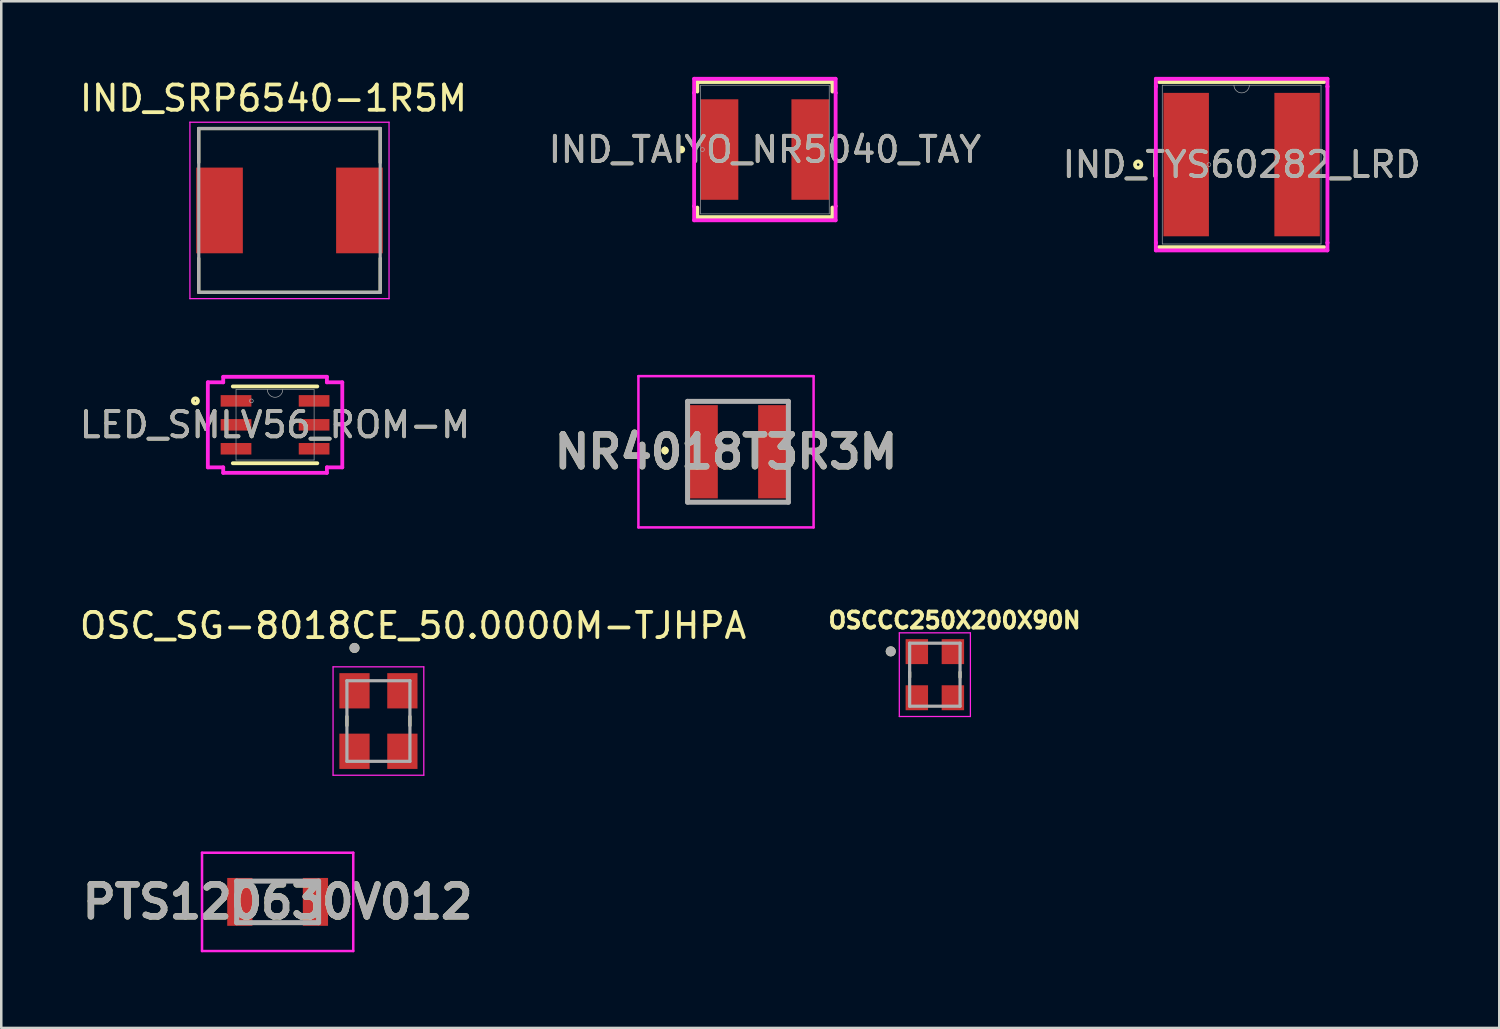
<source format=kicad_pcb>
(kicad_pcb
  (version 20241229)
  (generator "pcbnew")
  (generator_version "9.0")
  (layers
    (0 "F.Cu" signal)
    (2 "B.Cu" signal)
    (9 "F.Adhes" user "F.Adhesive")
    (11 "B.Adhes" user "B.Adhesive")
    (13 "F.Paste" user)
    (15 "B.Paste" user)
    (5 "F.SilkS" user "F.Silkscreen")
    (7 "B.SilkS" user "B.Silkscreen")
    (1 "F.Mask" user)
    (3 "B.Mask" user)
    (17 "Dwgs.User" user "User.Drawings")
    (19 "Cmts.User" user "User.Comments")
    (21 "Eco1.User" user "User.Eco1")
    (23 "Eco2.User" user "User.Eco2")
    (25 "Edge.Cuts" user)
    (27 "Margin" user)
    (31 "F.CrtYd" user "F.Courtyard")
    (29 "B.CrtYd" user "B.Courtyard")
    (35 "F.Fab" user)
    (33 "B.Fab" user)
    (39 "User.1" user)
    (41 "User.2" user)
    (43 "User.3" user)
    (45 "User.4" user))
  (footprint "OSC_SG-8018CE_50.0000M-TJHPA"
    (layer "F.Cu")
    (at 11.964 25.557)
    (property "Reference" "OSC_SG-8018CE_50.0000M-TJHPA" (at 1.375 -3.785 0) (layer "F.SilkS") (effects (font (size 1 1) (thickness 0.15))))
    (attr smd)
    (fp_line (start -1.25 -0.18) (end -1.25 0.18) (stroke (width 0.127) (type solid)) (layer "F.SilkS"))
    (fp_line (start 1.25 0.18) (end 1.25 -0.18) (stroke (width 0.127) (type solid)) (layer "F.SilkS"))
    (fp_circle (center -0.95 -2.9) (end -0.85 -2.9) (stroke (width 0.2) (type solid)) (fill no) (layer "F.SilkS"))
    (fp_line (start -1.8 -2.15) (end -1.8 2.15) (stroke (width 0.05) (type solid)) (layer "F.CrtYd"))
    (fp_line (start -1.8 2.15) (end 1.8 2.15) (stroke (width 0.05) (type solid)) (layer "F.CrtYd"))
    (fp_line (start 1.8 -2.15) (end -1.8 -2.15) (stroke (width 0.05) (type solid)) (layer "F.CrtYd"))
    (fp_line (start 1.8 2.15) (end 1.8 -2.15) (stroke (width 0.05) (type solid)) (layer "F.CrtYd"))
    (fp_line (start -1.25 -1.6) (end 1.25 -1.6) (stroke (width 0.127) (type solid)) (layer "F.Fab"))
    (fp_line (start -1.25 1.6) (end -1.25 -1.6) (stroke (width 0.127) (type solid)) (layer "F.Fab"))
    (fp_line (start 1.25 -1.6) (end 1.25 1.6) (stroke (width 0.127) (type solid)) (layer "F.Fab"))
    (fp_line (start 1.25 1.6) (end -1.25 1.6) (stroke (width 0.127) (type solid)) (layer "F.Fab"))
    (fp_circle (center -0.95 -2.9) (end -0.85 -2.9) (stroke (width 0.2) (type solid)) (fill no) (layer "F.Fab"))
    (pad "1" smd rect (at -0.95 -1.2) (size 1.2 1.4) (layers "F.Cu" "F.Mask" "F.Paste"))
    (pad "2" smd rect (at -0.95 1.2) (size 1.2 1.4) (layers "F.Cu" "F.Mask" "F.Paste"))
    (pad "3" smd rect (at 0.95 1.2) (size 1.2 1.4) (layers "F.Cu" "F.Mask" "F.Paste"))
    (pad "4" smd rect (at 0.95 -1.2) (size 1.2 1.4) (layers "F.Cu" "F.Mask" "F.Paste")))
  (footprint "IND_SRP6540-1R5M"
    (layer "F.Cu")
    (at 8.435 5.299)
    (property "Reference" "IND_SRP6540-1R5M" (at -0.636 -4.45 0) (layer "F.SilkS") (effects (font (size 1.001 1.001) (thickness 0.15))))
    (attr smd)
    (fp_line (start -3.6 -3.25) (end 3.6 -3.25) (stroke (width 0.127) (type solid)) (layer "F.SilkS"))
    (fp_line (start -3.6 -1.9) (end -3.6 -3.25) (stroke (width 0.127) (type solid)) (layer "F.SilkS"))
    (fp_line (start -3.6 3.25) (end -3.6 1.9) (stroke (width 0.127) (type solid)) (layer "F.SilkS"))
    (fp_line (start 3.6 -3.25) (end 3.6 -1.9) (stroke (width 0.127) (type solid)) (layer "F.SilkS"))
    (fp_line (start 3.6 1.9) (end 3.6 3.25) (stroke (width 0.127) (type solid)) (layer "F.SilkS"))
    (fp_line (start 3.6 3.25) (end -3.6 3.25) (stroke (width 0.127) (type solid)) (layer "F.SilkS"))
    (fp_line (start -3.95 -3.5) (end 3.95 -3.5) (stroke (width 0.05) (type solid)) (layer "F.CrtYd"))
    (fp_line (start -3.95 3.5) (end -3.95 -3.5) (stroke (width 0.05) (type solid)) (layer "F.CrtYd"))
    (fp_line (start 3.95 -3.5) (end 3.95 3.5) (stroke (width 0.05) (type solid)) (layer "F.CrtYd"))
    (fp_line (start 3.95 3.5) (end -3.95 3.5) (stroke (width 0.05) (type solid)) (layer "F.CrtYd"))
    (fp_line (start -3.6 -3.25) (end 3.6 -3.25) (stroke (width 0.127) (type solid)) (layer "F.Fab"))
    (fp_line (start -3.6 3.25) (end -3.6 -3.25) (stroke (width 0.127) (type solid)) (layer "F.Fab"))
    (fp_line (start 3.6 -3.25) (end 3.6 3.25) (stroke (width 0.127) (type solid)) (layer "F.Fab"))
    (fp_line (start 3.6 3.25) (end -3.6 3.25) (stroke (width 0.127) (type solid)) (layer "F.Fab"))
    (pad "1" smd rect (at -2.775 0) (size 1.85 3.4) (layers "F.Cu" "F.Mask" "F.Paste"))
    (pad "2" smd rect (at 2.775 0) (size 1.85 3.4) (layers "F.Cu" "F.Mask" "F.Paste")))
  (footprint "LED_SMLV56_ROM-M"
    (layer "F.Cu")
    (at 7.863 13.805)
    (property "Reference" "LED_SMLV56_ROM-M" (at 0 0 0) (unlocked yes) (layer "F.SilkS") (effects (font (size 1 1) (thickness 0.15))))
    (attr smd)
    (fp_line (start -1.676 1.524) (end 1.676 1.524) (stroke (width 0.152) (type solid)) (layer "F.SilkS"))
    (fp_line (start 1.676 -1.524) (end -1.676 -1.524) (stroke (width 0.152) (type solid)) (layer "F.SilkS"))
    (fp_circle (center -3.16 -0.95) (end -3.058 -0.95) (stroke (width 0.152) (type solid)) (fill no) (layer "F.SilkS"))
    (fp_line (start -2.667 -1.687) (end -2.057 -1.687) (stroke (width 0.152) (type solid)) (layer "F.CrtYd"))
    (fp_line (start -2.667 1.687) (end -2.667 -1.687) (stroke (width 0.152) (type solid)) (layer "F.CrtYd"))
    (fp_line (start -2.667 1.687) (end -2.057 1.687) (stroke (width 0.152) (type solid)) (layer "F.CrtYd"))
    (fp_line (start -2.057 -1.905) (end 2.057 -1.905) (stroke (width 0.152) (type solid)) (layer "F.CrtYd"))
    (fp_line (start -2.057 -1.687) (end -2.057 -1.905) (stroke (width 0.152) (type solid)) (layer "F.CrtYd"))
    (fp_line (start -2.057 1.905) (end -2.057 1.687) (stroke (width 0.152) (type solid)) (layer "F.CrtYd"))
    (fp_line (start 2.057 -1.905) (end 2.057 -1.687) (stroke (width 0.152) (type solid)) (layer "F.CrtYd"))
    (fp_line (start 2.057 1.687) (end 2.057 1.905) (stroke (width 0.152) (type solid)) (layer "F.CrtYd"))
    (fp_line (start 2.057 1.905) (end -2.057 1.905) (stroke (width 0.152) (type solid)) (layer "F.CrtYd"))
    (fp_line (start 2.667 -1.687) (end 2.057 -1.687) (stroke (width 0.152) (type solid)) (layer "F.CrtYd"))
    (fp_line (start 2.667 -1.687) (end 2.667 1.687) (stroke (width 0.152) (type solid)) (layer "F.CrtYd"))
    (fp_line (start 2.667 1.687) (end 2.057 1.687) (stroke (width 0.152) (type solid)) (layer "F.CrtYd"))
    (fp_line (start -1.549 -1.397) (end -1.549 1.397) (stroke (width 0.025) (type solid)) (layer "F.Fab"))
    (fp_line (start -1.549 1.397) (end 1.549 1.397) (stroke (width 0.025) (type solid)) (layer "F.Fab"))
    (fp_line (start 1.549 -1.397) (end -1.549 -1.397) (stroke (width 0.025) (type solid)) (layer "F.Fab"))
    (fp_line (start 1.549 1.397) (end 1.549 -1.397) (stroke (width 0.025) (type solid)) (layer "F.Fab"))
    (fp_arc (start 0.3048 -1.397) (mid 0 -1.0922) (end -0.3048 -1.397) (stroke (width 0.0254) (type solid)) (layer "F.Fab"))
    (fp_circle (center -0.94 -0.95) (end -0.864 -0.95) (stroke (width 0.025) (type solid)) (fill no) (layer "F.Fab"))
    (fp_text user "${REFERENCE}" (at 0 0 0) (unlocked yes) (layer "F.Fab") (effects (font (size 1 1) (thickness 0.15))))
    (pad "1" smd rect (at -1.549 -0.95) (size 1.219 0.457) (layers "F.Cu" "F.Mask" "F.Paste"))
    (pad "2" smd rect (at -1.549 0) (size 1.219 0.457) (layers "F.Cu" "F.Mask" "F.Paste"))
    (pad "3" smd rect (at -1.549 0.95) (size 1.219 0.457) (layers "F.Cu" "F.Mask" "F.Paste"))
    (pad "4" smd rect (at 1.549 0.95) (size 1.219 0.457) (layers "F.Cu" "F.Mask" "F.Paste"))
    (pad "5" smd rect (at 1.549 0) (size 1.219 0.457) (layers "F.Cu" "F.Mask" "F.Paste"))
    (pad "6" smd rect (at 1.549 -0.95) (size 1.219 0.457) (layers "F.Cu" "F.Mask" "F.Paste")))
  (footprint "OSCCC250X200X90N"
    (layer "F.Cu")
    (at 34.04 23.718)
    (property "Reference" "OSCCC250X200X90N" (at 0.782 -2.156 0) (layer "F.SilkS") (effects (font (size 0.64 0.64) (thickness 0.15))))
    (attr smd)
    (fp_line (start -1 -0.1) (end -1 0.1) (stroke (width 0.127) (type solid)) (layer "F.SilkS"))
    (fp_line (start 1 -0.1) (end 1 0.1) (stroke (width 0.127) (type solid)) (layer "F.SilkS"))
    (fp_circle (center -1.75 -0.925) (end -1.65 -0.925) (stroke (width 0.2) (type solid)) (fill no) (layer "F.SilkS"))
    (fp_line (start -1.41 -1.66) (end 1.41 -1.66) (stroke (width 0.05) (type solid)) (layer "F.CrtYd"))
    (fp_line (start -1.41 1.66) (end -1.41 -1.66) (stroke (width 0.05) (type solid)) (layer "F.CrtYd"))
    (fp_line (start 1.41 -1.66) (end 1.41 1.66) (stroke (width 0.05) (type solid)) (layer "F.CrtYd"))
    (fp_line (start 1.41 1.66) (end -1.41 1.66) (stroke (width 0.05) (type solid)) (layer "F.CrtYd"))
    (fp_line (start -1 -1.25) (end 1 -1.25) (stroke (width 0.127) (type solid)) (layer "F.Fab"))
    (fp_line (start -1 1.25) (end -1 -1.25) (stroke (width 0.127) (type solid)) (layer "F.Fab"))
    (fp_line (start 1 -1.25) (end 1 1.25) (stroke (width 0.127) (type solid)) (layer "F.Fab"))
    (fp_line (start 1 1.25) (end -1 1.25) (stroke (width 0.127) (type solid)) (layer "F.Fab"))
    (fp_circle (center -1.75 -0.925) (end -1.65 -0.925) (stroke (width 0.2) (type solid)) (fill no) (layer "F.Fab"))
    (pad "1" smd rect (at -0.715 -0.915) (size 0.89 0.99) (layers "F.Cu" "F.Mask" "F.Paste"))
    (pad "2" smd rect (at -0.715 0.915) (size 0.89 0.99) (layers "F.Cu" "F.Mask" "F.Paste"))
    (pad "3" smd rect (at 0.715 0.915) (size 0.89 0.99) (layers "F.Cu" "F.Mask" "F.Paste"))
    (pad "4" smd rect (at 0.715 -0.915) (size 0.89 0.99) (layers "F.Cu" "F.Mask" "F.Paste")))
  (footprint "PTS120630V012"
    (layer "F.Cu")
    (at 7.965 32.732)
    (property "Reference" "PTS120630V012" (at 0 0 0) (layer "F.SilkS") (effects (font (size 1.27 1.27) (thickness 0.254))))
    (attr smd)
    (fp_line (start -0.8 -0.825) (end 0.8 -0.825) (stroke (width 0.1) (type solid)) (layer "F.SilkS"))
    (fp_line (start -0.8 0.825) (end 0.8 0.825) (stroke (width 0.1) (type solid)) (layer "F.SilkS"))
    (fp_line (start -3 -1.95) (end 3 -1.95) (stroke (width 0.1) (type solid)) (layer "F.CrtYd"))
    (fp_line (start -3 1.95) (end -3 -1.95) (stroke (width 0.1) (type solid)) (layer "F.CrtYd"))
    (fp_line (start 3 -1.95) (end 3 1.95) (stroke (width 0.1) (type solid)) (layer "F.CrtYd"))
    (fp_line (start 3 1.95) (end -3 1.95) (stroke (width 0.1) (type solid)) (layer "F.CrtYd"))
    (fp_line (start -1.625 -0.825) (end 1.625 -0.825) (stroke (width 0.2) (type solid)) (layer "F.Fab"))
    (fp_line (start -1.625 0.825) (end -1.625 -0.825) (stroke (width 0.2) (type solid)) (layer "F.Fab"))
    (fp_line (start 1.625 -0.825) (end 1.625 0.825) (stroke (width 0.2) (type solid)) (layer "F.Fab"))
    (fp_line (start 1.625 0.825) (end -1.625 0.825) (stroke (width 0.2) (type solid)) (layer "F.Fab"))
    (fp_text user "${REFERENCE}" (at 0 0 0) (layer "F.Fab") (effects (font (size 1.27 1.27) (thickness 0.254))))
    (pad "1" smd rect (at -1.5 0) (size 1 1.9) (layers "F.Cu" "F.Mask" "F.Paste"))
    (pad "2" smd rect (at 1.5 0) (size 1 1.9) (layers "F.Cu" "F.Mask" "F.Paste")))
  (footprint "IND_TAIYO_NR5040_TAY"
    (layer "F.Cu")
    (at 27.296 2.883)
    (property "Reference" "IND_TAIYO_NR5040_TAY" (at 0 0 0) (unlocked yes) (layer "F.SilkS") (effects (font (size 1 1) (thickness 0.15))))
    (attr smd)
    (fp_line (start -2.68 -2.68) (end -2.68 -2.301) (stroke (width 0.152) (type solid)) (layer "F.SilkS"))
    (fp_line (start -2.68 2.301) (end -2.68 2.68) (stroke (width 0.152) (type solid)) (layer "F.SilkS"))
    (fp_line (start -2.68 2.68) (end 2.68 2.68) (stroke (width 0.152) (type solid)) (layer "F.SilkS"))
    (fp_line (start 2.68 -2.68) (end -2.68 -2.68) (stroke (width 0.152) (type solid)) (layer "F.SilkS"))
    (fp_line (start 2.68 -2.301) (end 2.68 -2.68) (stroke (width 0.152) (type solid)) (layer "F.SilkS"))
    (fp_line (start 2.68 2.68) (end 2.68 2.301) (stroke (width 0.152) (type solid)) (layer "F.SilkS"))
    (fp_circle (center -3.315 0) (end -3.239 0) (stroke (width 0.152) (type solid)) (fill no) (layer "F.SilkS"))
    (fp_line (start -2.807 -2.807) (end 2.807 -2.807) (stroke (width 0.152) (type solid)) (layer "F.CrtYd"))
    (fp_line (start -2.807 -2.248) (end -2.807 -2.807) (stroke (width 0.152) (type solid)) (layer "F.CrtYd"))
    (fp_line (start -2.807 -2.248) (end -2.807 -2.248) (stroke (width 0.152) (type solid)) (layer "F.CrtYd"))
    (fp_line (start -2.807 2.248) (end -2.807 -2.248) (stroke (width 0.152) (type solid)) (layer "F.CrtYd"))
    (fp_line (start -2.807 2.248) (end -2.807 2.248) (stroke (width 0.152) (type solid)) (layer "F.CrtYd"))
    (fp_line (start -2.807 2.807) (end -2.807 2.248) (stroke (width 0.152) (type solid)) (layer "F.CrtYd"))
    (fp_line (start 2.807 -2.807) (end 2.807 -2.248) (stroke (width 0.152) (type solid)) (layer "F.CrtYd"))
    (fp_line (start 2.807 -2.248) (end 2.807 -2.248) (stroke (width 0.152) (type solid)) (layer "F.CrtYd"))
    (fp_line (start 2.807 -2.248) (end 2.807 2.248) (stroke (width 0.152) (type solid)) (layer "F.CrtYd"))
    (fp_line (start 2.807 2.248) (end 2.807 2.248) (stroke (width 0.152) (type solid)) (layer "F.CrtYd"))
    (fp_line (start 2.807 2.248) (end 2.807 2.807) (stroke (width 0.152) (type solid)) (layer "F.CrtYd"))
    (fp_line (start 2.807 2.807) (end -2.807 2.807) (stroke (width 0.152) (type solid)) (layer "F.CrtYd"))
    (fp_line (start -2.553 -2.553) (end -2.553 2.553) (stroke (width 0.025) (type solid)) (layer "F.Fab"))
    (fp_line (start -2.553 2.553) (end 2.553 2.553) (stroke (width 0.025) (type solid)) (layer "F.Fab"))
    (fp_line (start 2.553 -2.553) (end -2.553 -2.553) (stroke (width 0.025) (type solid)) (layer "F.Fab"))
    (fp_line (start 2.553 2.553) (end 2.553 -2.553) (stroke (width 0.025) (type solid)) (layer "F.Fab"))
    (fp_circle (center -2.477 0) (end -2.4 0) (stroke (width 0.025) (type solid)) (fill no) (layer "F.Fab"))
    (fp_text user "${REFERENCE}" (at 0 0 0) (unlocked yes) (layer "F.Fab") (effects (font (size 1 1) (thickness 0.15))))
    (pad "1" smd rect (at -1.803 0) (size 1.499 3.988) (layers "F.Cu" "F.Mask" "F.Paste"))
    (pad "2" smd rect (at 1.803 0) (size 1.499 3.988) (layers "F.Cu" "F.Mask" "F.Paste"))
    (zone (net_name "") (layer "F.Cu") (hatch full 0.508) (connect_pads) (min_thickness 0.254) (filled_areas_thickness no) (keepout (tracks not_allowed) (vias not_allowed) (pads allowed) (copperpour not_allowed) (footprints allowed)) (placement (enabled no)) (fill) (polygon (pts (xy 26.292 0.381) (xy 28.299 0.381) (xy 28.299 5.385) (xy 26.292 5.385)))))
  (footprint "IND_TYS60282_LRD"
    (layer "F.Cu")
    (at 46.212 3.48)
    (property "Reference" "IND_TYS60282_LRD" (at 0 0 0) (unlocked yes) (layer "F.SilkS") (effects (font (size 1 1) (thickness 0.15))))
    (attr smd)
    (fp_line (start -3.277 3.277) (end 3.277 3.277) (stroke (width 0.152) (type solid)) (layer "F.SilkS"))
    (fp_line (start 3.277 -3.277) (end -3.277 -3.277) (stroke (width 0.152) (type solid)) (layer "F.SilkS"))
    (fp_circle (center -4.105 0) (end -3.978 0) (stroke (width 0.152) (type solid)) (fill no) (layer "F.SilkS"))
    (fp_line (start -3.404 -3.404) (end 3.404 -3.404) (stroke (width 0.152) (type solid)) (layer "F.CrtYd"))
    (fp_line (start -3.404 -3.099) (end -3.404 -3.404) (stroke (width 0.152) (type solid)) (layer "F.CrtYd"))
    (fp_line (start -3.404 -3.099) (end -3.404 -3.099) (stroke (width 0.152) (type solid)) (layer "F.CrtYd"))
    (fp_line (start -3.404 3.099) (end -3.404 -3.099) (stroke (width 0.152) (type solid)) (layer "F.CrtYd"))
    (fp_line (start -3.404 3.099) (end -3.404 3.099) (stroke (width 0.152) (type solid)) (layer "F.CrtYd"))
    (fp_line (start -3.404 3.404) (end -3.404 3.099) (stroke (width 0.152) (type solid)) (layer "F.CrtYd"))
    (fp_line (start 3.404 -3.404) (end 3.404 -3.099) (stroke (width 0.152) (type solid)) (layer "F.CrtYd"))
    (fp_line (start 3.404 -3.099) (end 3.404 -3.099) (stroke (width 0.152) (type solid)) (layer "F.CrtYd"))
    (fp_line (start 3.404 -3.099) (end 3.404 3.099) (stroke (width 0.152) (type solid)) (layer "F.CrtYd"))
    (fp_line (start 3.404 3.099) (end 3.404 3.099) (stroke (width 0.152) (type solid)) (layer "F.CrtYd"))
    (fp_line (start 3.404 3.099) (end 3.404 3.404) (stroke (width 0.152) (type solid)) (layer "F.CrtYd"))
    (fp_line (start 3.404 3.404) (end -3.404 3.404) (stroke (width 0.152) (type solid)) (layer "F.CrtYd"))
    (fp_line (start -3.15 -3.15) (end -3.15 3.15) (stroke (width 0.025) (type solid)) (layer "F.Fab"))
    (fp_line (start -3.15 3.15) (end 3.15 3.15) (stroke (width 0.025) (type solid)) (layer "F.Fab"))
    (fp_line (start 3.15 -3.15) (end -3.15 -3.15) (stroke (width 0.025) (type solid)) (layer "F.Fab"))
    (fp_line (start 3.15 3.15) (end 3.15 -3.15) (stroke (width 0.025) (type solid)) (layer "F.Fab"))
    (fp_arc (start 0.3048 -3.1496) (mid 0 -2.8448) (end -0.3048 -3.1496) (stroke (width 0.0254) (type solid)) (layer "F.Fab"))
    (fp_circle (center -1.298 0) (end -1.222 0) (stroke (width 0.025) (type solid)) (fill no) (layer "F.Fab"))
    (fp_text user "${REFERENCE}" (at 0 0 0) (unlocked yes) (layer "F.Fab") (effects (font (size 1 1) (thickness 0.15))))
    (pad "1" smd rect (at -2.2 0) (size 1.803 5.69) (layers "F.Cu" "F.Mask" "F.Paste"))
    (pad "2" smd rect (at 2.2 0) (size 1.803 5.69) (layers "F.Cu" "F.Mask" "F.Paste")))
  (footprint "NR4018T3R3M"
    (layer "F.Cu")
    (at 26.229 14.874)
    (property "Reference" "NR4018T3R3M" (at -0.475 0 0) (layer "F.SilkS") (effects (font (size 1.27 1.27) (thickness 0.254))))
    (attr smd)
    (fp_line (start -2.9 -0.1) (end -2.9 -0.1) (stroke (width 0.2) (type solid)) (layer "F.SilkS"))
    (fp_line (start -2.9 0) (end -2.9 0) (stroke (width 0.2) (type solid)) (layer "F.SilkS"))
    (fp_line (start -2.9 0) (end -2.9 0) (stroke (width 0.2) (type solid)) (layer "F.SilkS"))
    (fp_line (start -0.5 -2) (end -0.5 -2) (stroke (width 0.1) (type solid)) (layer "F.SilkS"))
    (fp_line (start -0.5 -2) (end 0.5 -2) (stroke (width 0.1) (type solid)) (layer "F.SilkS"))
    (fp_line (start -0.5 2) (end -0.5 2) (stroke (width 0.1) (type solid)) (layer "F.SilkS"))
    (fp_line (start -0.5 2) (end 0.5 2) (stroke (width 0.1) (type solid)) (layer "F.SilkS"))
    (fp_line (start 0.5 -2) (end -0.5 -2) (stroke (width 0.1) (type solid)) (layer "F.SilkS"))
    (fp_line (start 0.5 -2) (end 0.5 -2) (stroke (width 0.1) (type solid)) (layer "F.SilkS"))
    (fp_line (start 0.5 2) (end -0.5 2) (stroke (width 0.1) (type solid)) (layer "F.SilkS"))
    (fp_line (start 0.5 2) (end 0.5 2) (stroke (width 0.1) (type solid)) (layer "F.SilkS"))
    (fp_arc (start -2.9 -0.1) (mid -2.85 -0.05) (end -2.9 0) (stroke (width 0.2) (type solid)) (layer "F.SilkS"))
    (fp_arc (start -2.9 -0.1) (mid -2.85 -0.05) (end -2.9 0) (stroke (width 0.2) (type solid)) (layer "F.SilkS"))
    (fp_arc (start -2.9 0) (mid -2.95 -0.05) (end -2.9 -0.1) (stroke (width 0.2) (type solid)) (layer "F.SilkS"))
    (fp_line (start -3.95 -3) (end 3 -3) (stroke (width 0.1) (type solid)) (layer "F.CrtYd"))
    (fp_line (start -3.95 3) (end -3.95 -3) (stroke (width 0.1) (type solid)) (layer "F.CrtYd"))
    (fp_line (start 3 -3) (end 3 3) (stroke (width 0.1) (type solid)) (layer "F.CrtYd"))
    (fp_line (start 3 3) (end -3.95 3) (stroke (width 0.1) (type solid)) (layer "F.CrtYd"))
    (fp_line (start -2 -2) (end -2 2) (stroke (width 0.2) (type solid)) (layer "F.Fab"))
    (fp_line (start -2 2) (end 2 2) (stroke (width 0.2) (type solid)) (layer "F.Fab"))
    (fp_line (start 2 -2) (end -2 -2) (stroke (width 0.2) (type solid)) (layer "F.Fab"))
    (fp_line (start 2 2) (end 2 -2) (stroke (width 0.2) (type solid)) (layer "F.Fab"))
    (fp_text user "${REFERENCE}" (at -0.475 0 0) (layer "F.Fab") (effects (font (size 1.27 1.27) (thickness 0.254))))
    (pad "1" smd rect (at -1.4 0) (size 1.2 3.7) (layers "F.Cu" "F.Mask" "F.Paste"))
    (pad "2" smd rect (at 1.4 0) (size 1.2 3.7) (layers "F.Cu" "F.Mask" "F.Paste")))
  (gr_rect
    (start -3 -3)
    (end 56.433 37.732)
    (stroke (width 0.1) (type default))
    (fill no)
    (layer "Edge.Cuts")))
</source>
